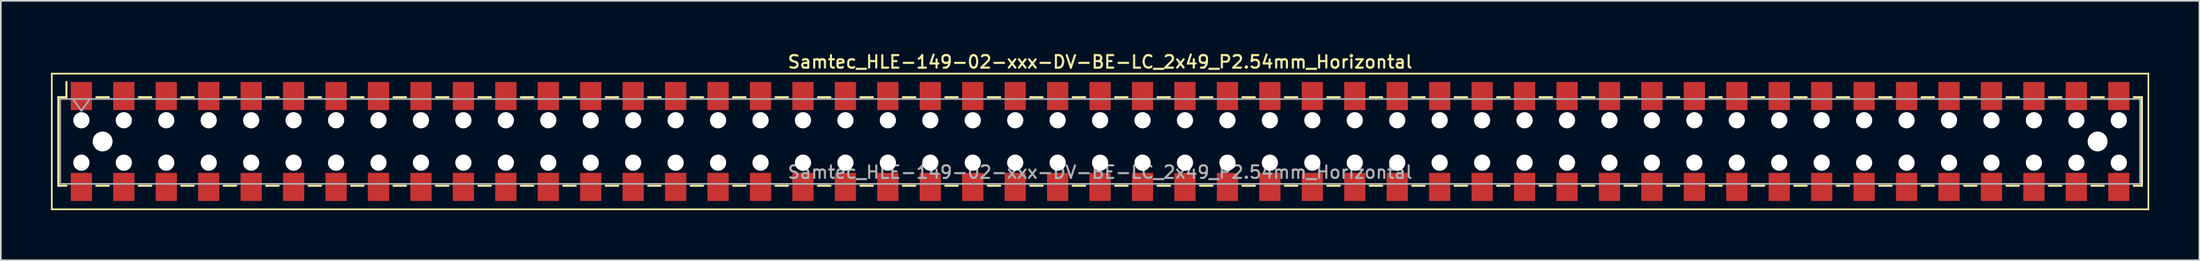
<source format=kicad_pcb>
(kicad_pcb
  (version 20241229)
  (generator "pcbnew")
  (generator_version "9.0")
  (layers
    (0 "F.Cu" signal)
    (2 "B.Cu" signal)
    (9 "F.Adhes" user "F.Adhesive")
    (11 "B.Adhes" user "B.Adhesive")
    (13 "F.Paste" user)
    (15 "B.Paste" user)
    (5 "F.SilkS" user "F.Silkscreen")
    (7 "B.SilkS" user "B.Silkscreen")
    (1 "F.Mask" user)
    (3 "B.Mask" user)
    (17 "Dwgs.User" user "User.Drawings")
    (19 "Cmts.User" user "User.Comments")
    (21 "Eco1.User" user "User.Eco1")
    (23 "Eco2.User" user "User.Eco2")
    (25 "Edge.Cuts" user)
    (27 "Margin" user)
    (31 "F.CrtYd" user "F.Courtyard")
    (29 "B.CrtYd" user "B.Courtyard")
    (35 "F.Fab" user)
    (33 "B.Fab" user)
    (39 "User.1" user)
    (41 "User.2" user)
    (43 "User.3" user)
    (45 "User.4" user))
  (footprint "Samtec_HLE-149-02-xxx-DV-BE-LC_2x49_P2.54mm_Horizontal"
    (layer "F.Cu")
    (at 62.78 5.418)
    (property "Reference" "Samtec_HLE-149-02-xxx-DV-BE-LC_2x49_P2.54mm_Horizontal" (at 0 -4.76 0) (layer "F.SilkS") (effects (font (size 0.75 0.75) (thickness 0.125))))
    (attr smd)
    (fp_line (start -62.73 -4.06) (end 62.73 -4.06) (stroke (width 0.1) (type solid)) (layer "F.SilkS"))
    (fp_line (start -62.73 4.06) (end -62.73 -4.06) (stroke (width 0.1) (type solid)) (layer "F.SilkS"))
    (fp_line (start -62.34 -2.65) (end -62.34 2.65) (stroke (width 0.12) (type solid)) (layer "F.SilkS"))
    (fp_line (start -62.34 2.65) (end -61.855 2.65) (stroke (width 0.12) (type solid)) (layer "F.SilkS"))
    (fp_line (start -61.855 -3.56) (end -61.855 -2.65) (stroke (width 0.12) (type solid)) (layer "F.SilkS"))
    (fp_line (start -61.855 -2.65) (end -62.34 -2.65) (stroke (width 0.12) (type solid)) (layer "F.SilkS"))
    (fp_line (start -60.065 -2.65) (end -59.315 -2.65) (stroke (width 0.12) (type solid)) (layer "F.SilkS"))
    (fp_line (start -60.065 2.65) (end -59.315 2.65) (stroke (width 0.12) (type solid)) (layer "F.SilkS"))
    (fp_line (start -57.525 -2.65) (end -56.775 -2.65) (stroke (width 0.12) (type solid)) (layer "F.SilkS"))
    (fp_line (start -57.525 2.65) (end -56.775 2.65) (stroke (width 0.12) (type solid)) (layer "F.SilkS"))
    (fp_line (start -54.985 -2.65) (end -54.235 -2.65) (stroke (width 0.12) (type solid)) (layer "F.SilkS"))
    (fp_line (start -54.985 2.65) (end -54.235 2.65) (stroke (width 0.12) (type solid)) (layer "F.SilkS"))
    (fp_line (start -52.445 -2.65) (end -51.695 -2.65) (stroke (width 0.12) (type solid)) (layer "F.SilkS"))
    (fp_line (start -52.445 2.65) (end -51.695 2.65) (stroke (width 0.12) (type solid)) (layer "F.SilkS"))
    (fp_line (start -49.905 -2.65) (end -49.155 -2.65) (stroke (width 0.12) (type solid)) (layer "F.SilkS"))
    (fp_line (start -49.905 2.65) (end -49.155 2.65) (stroke (width 0.12) (type solid)) (layer "F.SilkS"))
    (fp_line (start -47.365 -2.65) (end -46.615 -2.65) (stroke (width 0.12) (type solid)) (layer "F.SilkS"))
    (fp_line (start -47.365 2.65) (end -46.615 2.65) (stroke (width 0.12) (type solid)) (layer "F.SilkS"))
    (fp_line (start -44.825 -2.65) (end -44.075 -2.65) (stroke (width 0.12) (type solid)) (layer "F.SilkS"))
    (fp_line (start -44.825 2.65) (end -44.075 2.65) (stroke (width 0.12) (type solid)) (layer "F.SilkS"))
    (fp_line (start -42.285 -2.65) (end -41.535 -2.65) (stroke (width 0.12) (type solid)) (layer "F.SilkS"))
    (fp_line (start -42.285 2.65) (end -41.535 2.65) (stroke (width 0.12) (type solid)) (layer "F.SilkS"))
    (fp_line (start -39.745 -2.65) (end -38.995 -2.65) (stroke (width 0.12) (type solid)) (layer "F.SilkS"))
    (fp_line (start -39.745 2.65) (end -38.995 2.65) (stroke (width 0.12) (type solid)) (layer "F.SilkS"))
    (fp_line (start -37.205 -2.65) (end -36.455 -2.65) (stroke (width 0.12) (type solid)) (layer "F.SilkS"))
    (fp_line (start -37.205 2.65) (end -36.455 2.65) (stroke (width 0.12) (type solid)) (layer "F.SilkS"))
    (fp_line (start -34.665 -2.65) (end -33.915 -2.65) (stroke (width 0.12) (type solid)) (layer "F.SilkS"))
    (fp_line (start -34.665 2.65) (end -33.915 2.65) (stroke (width 0.12) (type solid)) (layer "F.SilkS"))
    (fp_line (start -32.125 -2.65) (end -31.375 -2.65) (stroke (width 0.12) (type solid)) (layer "F.SilkS"))
    (fp_line (start -32.125 2.65) (end -31.375 2.65) (stroke (width 0.12) (type solid)) (layer "F.SilkS"))
    (fp_line (start -29.585 -2.65) (end -28.835 -2.65) (stroke (width 0.12) (type solid)) (layer "F.SilkS"))
    (fp_line (start -29.585 2.65) (end -28.835 2.65) (stroke (width 0.12) (type solid)) (layer "F.SilkS"))
    (fp_line (start -27.045 -2.65) (end -26.295 -2.65) (stroke (width 0.12) (type solid)) (layer "F.SilkS"))
    (fp_line (start -27.045 2.65) (end -26.295 2.65) (stroke (width 0.12) (type solid)) (layer "F.SilkS"))
    (fp_line (start -24.505 -2.65) (end -23.755 -2.65) (stroke (width 0.12) (type solid)) (layer "F.SilkS"))
    (fp_line (start -24.505 2.65) (end -23.755 2.65) (stroke (width 0.12) (type solid)) (layer "F.SilkS"))
    (fp_line (start -21.965 -2.65) (end -21.215 -2.65) (stroke (width 0.12) (type solid)) (layer "F.SilkS"))
    (fp_line (start -21.965 2.65) (end -21.215 2.65) (stroke (width 0.12) (type solid)) (layer "F.SilkS"))
    (fp_line (start -19.425 -2.65) (end -18.675 -2.65) (stroke (width 0.12) (type solid)) (layer "F.SilkS"))
    (fp_line (start -19.425 2.65) (end -18.675 2.65) (stroke (width 0.12) (type solid)) (layer "F.SilkS"))
    (fp_line (start -16.885 -2.65) (end -16.135 -2.65) (stroke (width 0.12) (type solid)) (layer "F.SilkS"))
    (fp_line (start -16.885 2.65) (end -16.135 2.65) (stroke (width 0.12) (type solid)) (layer "F.SilkS"))
    (fp_line (start -14.345 -2.65) (end -13.595 -2.65) (stroke (width 0.12) (type solid)) (layer "F.SilkS"))
    (fp_line (start -14.345 2.65) (end -13.595 2.65) (stroke (width 0.12) (type solid)) (layer "F.SilkS"))
    (fp_line (start -11.805 -2.65) (end -11.055 -2.65) (stroke (width 0.12) (type solid)) (layer "F.SilkS"))
    (fp_line (start -11.805 2.65) (end -11.055 2.65) (stroke (width 0.12) (type solid)) (layer "F.SilkS"))
    (fp_line (start -9.265 -2.65) (end -8.515 -2.65) (stroke (width 0.12) (type solid)) (layer "F.SilkS"))
    (fp_line (start -9.265 2.65) (end -8.515 2.65) (stroke (width 0.12) (type solid)) (layer "F.SilkS"))
    (fp_line (start -6.725 -2.65) (end -5.975 -2.65) (stroke (width 0.12) (type solid)) (layer "F.SilkS"))
    (fp_line (start -6.725 2.65) (end -5.975 2.65) (stroke (width 0.12) (type solid)) (layer "F.SilkS"))
    (fp_line (start -4.185 -2.65) (end -3.435 -2.65) (stroke (width 0.12) (type solid)) (layer "F.SilkS"))
    (fp_line (start -4.185 2.65) (end -3.435 2.65) (stroke (width 0.12) (type solid)) (layer "F.SilkS"))
    (fp_line (start -1.645 -2.65) (end -0.895 -2.65) (stroke (width 0.12) (type solid)) (layer "F.SilkS"))
    (fp_line (start -1.645 2.65) (end -0.895 2.65) (stroke (width 0.12) (type solid)) (layer "F.SilkS"))
    (fp_line (start 0.895 -2.65) (end 1.645 -2.65) (stroke (width 0.12) (type solid)) (layer "F.SilkS"))
    (fp_line (start 0.895 2.65) (end 1.645 2.65) (stroke (width 0.12) (type solid)) (layer "F.SilkS"))
    (fp_line (start 3.435 -2.65) (end 4.185 -2.65) (stroke (width 0.12) (type solid)) (layer "F.SilkS"))
    (fp_line (start 3.435 2.65) (end 4.185 2.65) (stroke (width 0.12) (type solid)) (layer "F.SilkS"))
    (fp_line (start 5.975 -2.65) (end 6.725 -2.65) (stroke (width 0.12) (type solid)) (layer "F.SilkS"))
    (fp_line (start 5.975 2.65) (end 6.725 2.65) (stroke (width 0.12) (type solid)) (layer "F.SilkS"))
    (fp_line (start 8.515 -2.65) (end 9.265 -2.65) (stroke (width 0.12) (type solid)) (layer "F.SilkS"))
    (fp_line (start 8.515 2.65) (end 9.265 2.65) (stroke (width 0.12) (type solid)) (layer "F.SilkS"))
    (fp_line (start 11.055 -2.65) (end 11.805 -2.65) (stroke (width 0.12) (type solid)) (layer "F.SilkS"))
    (fp_line (start 11.055 2.65) (end 11.805 2.65) (stroke (width 0.12) (type solid)) (layer "F.SilkS"))
    (fp_line (start 13.595 -2.65) (end 14.345 -2.65) (stroke (width 0.12) (type solid)) (layer "F.SilkS"))
    (fp_line (start 13.595 2.65) (end 14.345 2.65) (stroke (width 0.12) (type solid)) (layer "F.SilkS"))
    (fp_line (start 16.135 -2.65) (end 16.885 -2.65) (stroke (width 0.12) (type solid)) (layer "F.SilkS"))
    (fp_line (start 16.135 2.65) (end 16.885 2.65) (stroke (width 0.12) (type solid)) (layer "F.SilkS"))
    (fp_line (start 18.675 -2.65) (end 19.425 -2.65) (stroke (width 0.12) (type solid)) (layer "F.SilkS"))
    (fp_line (start 18.675 2.65) (end 19.425 2.65) (stroke (width 0.12) (type solid)) (layer "F.SilkS"))
    (fp_line (start 21.215 -2.65) (end 21.965 -2.65) (stroke (width 0.12) (type solid)) (layer "F.SilkS"))
    (fp_line (start 21.215 2.65) (end 21.965 2.65) (stroke (width 0.12) (type solid)) (layer "F.SilkS"))
    (fp_line (start 23.755 -2.65) (end 24.505 -2.65) (stroke (width 0.12) (type solid)) (layer "F.SilkS"))
    (fp_line (start 23.755 2.65) (end 24.505 2.65) (stroke (width 0.12) (type solid)) (layer "F.SilkS"))
    (fp_line (start 26.295 -2.65) (end 27.045 -2.65) (stroke (width 0.12) (type solid)) (layer "F.SilkS"))
    (fp_line (start 26.295 2.65) (end 27.045 2.65) (stroke (width 0.12) (type solid)) (layer "F.SilkS"))
    (fp_line (start 28.835 -2.65) (end 29.585 -2.65) (stroke (width 0.12) (type solid)) (layer "F.SilkS"))
    (fp_line (start 28.835 2.65) (end 29.585 2.65) (stroke (width 0.12) (type solid)) (layer "F.SilkS"))
    (fp_line (start 31.375 -2.65) (end 32.125 -2.65) (stroke (width 0.12) (type solid)) (layer "F.SilkS"))
    (fp_line (start 31.375 2.65) (end 32.125 2.65) (stroke (width 0.12) (type solid)) (layer "F.SilkS"))
    (fp_line (start 33.915 -2.65) (end 34.665 -2.65) (stroke (width 0.12) (type solid)) (layer "F.SilkS"))
    (fp_line (start 33.915 2.65) (end 34.665 2.65) (stroke (width 0.12) (type solid)) (layer "F.SilkS"))
    (fp_line (start 36.455 -2.65) (end 37.205 -2.65) (stroke (width 0.12) (type solid)) (layer "F.SilkS"))
    (fp_line (start 36.455 2.65) (end 37.205 2.65) (stroke (width 0.12) (type solid)) (layer "F.SilkS"))
    (fp_line (start 38.995 -2.65) (end 39.745 -2.65) (stroke (width 0.12) (type solid)) (layer "F.SilkS"))
    (fp_line (start 38.995 2.65) (end 39.745 2.65) (stroke (width 0.12) (type solid)) (layer "F.SilkS"))
    (fp_line (start 41.535 -2.65) (end 42.285 -2.65) (stroke (width 0.12) (type solid)) (layer "F.SilkS"))
    (fp_line (start 41.535 2.65) (end 42.285 2.65) (stroke (width 0.12) (type solid)) (layer "F.SilkS"))
    (fp_line (start 44.075 -2.65) (end 44.825 -2.65) (stroke (width 0.12) (type solid)) (layer "F.SilkS"))
    (fp_line (start 44.075 2.65) (end 44.825 2.65) (stroke (width 0.12) (type solid)) (layer "F.SilkS"))
    (fp_line (start 46.615 -2.65) (end 47.365 -2.65) (stroke (width 0.12) (type solid)) (layer "F.SilkS"))
    (fp_line (start 46.615 2.65) (end 47.365 2.65) (stroke (width 0.12) (type solid)) (layer "F.SilkS"))
    (fp_line (start 49.155 -2.65) (end 49.905 -2.65) (stroke (width 0.12) (type solid)) (layer "F.SilkS"))
    (fp_line (start 49.155 2.65) (end 49.905 2.65) (stroke (width 0.12) (type solid)) (layer "F.SilkS"))
    (fp_line (start 51.695 -2.65) (end 52.445 -2.65) (stroke (width 0.12) (type solid)) (layer "F.SilkS"))
    (fp_line (start 51.695 2.65) (end 52.445 2.65) (stroke (width 0.12) (type solid)) (layer "F.SilkS"))
    (fp_line (start 54.235 -2.65) (end 54.985 -2.65) (stroke (width 0.12) (type solid)) (layer "F.SilkS"))
    (fp_line (start 54.235 2.65) (end 54.985 2.65) (stroke (width 0.12) (type solid)) (layer "F.SilkS"))
    (fp_line (start 56.775 -2.65) (end 57.525 -2.65) (stroke (width 0.12) (type solid)) (layer "F.SilkS"))
    (fp_line (start 56.775 2.65) (end 57.525 2.65) (stroke (width 0.12) (type solid)) (layer "F.SilkS"))
    (fp_line (start 59.315 -2.65) (end 60.065 -2.65) (stroke (width 0.12) (type solid)) (layer "F.SilkS"))
    (fp_line (start 59.315 2.65) (end 60.065 2.65) (stroke (width 0.12) (type solid)) (layer "F.SilkS"))
    (fp_line (start 61.855 -2.65) (end 62.34 -2.65) (stroke (width 0.12) (type solid)) (layer "F.SilkS"))
    (fp_line (start 62.34 -2.65) (end 62.34 2.65) (stroke (width 0.12) (type solid)) (layer "F.SilkS"))
    (fp_line (start 62.34 2.65) (end 61.855 2.65) (stroke (width 0.12) (type solid)) (layer "F.SilkS"))
    (fp_line (start 62.73 -4.06) (end 62.73 4.06) (stroke (width 0.1) (type solid)) (layer "F.SilkS"))
    (fp_line (start 62.73 4.06) (end -62.73 4.06) (stroke (width 0.1) (type solid)) (layer "F.SilkS"))
    (fp_line (start -62.23 -2.54) (end 62.23 -2.54) (stroke (width 0.1) (type solid)) (layer "F.Fab"))
    (fp_line (start -62.23 2.54) (end -62.23 -2.54) (stroke (width 0.1) (type solid)) (layer "F.Fab"))
    (fp_line (start -61.46 -2.54) (end -60.96 -1.833) (stroke (width 0.1) (type solid)) (layer "F.Fab"))
    (fp_line (start -60.96 -1.833) (end -60.46 -2.54) (stroke (width 0.1) (type solid)) (layer "F.Fab"))
    (fp_line (start 62.23 -2.54) (end 62.23 2.54) (stroke (width 0.1) (type solid)) (layer "F.Fab"))
    (fp_line (start 62.23 2.54) (end -62.23 2.54) (stroke (width 0.1) (type solid)) (layer "F.Fab"))
    (fp_text user "${REFERENCE}" (at 0 1.84 0) (layer "F.Fab") (effects (font (size 0.75 0.75) (thickness 0.125))))
    (pad "" np_thru_hole circle (at -60.96 -1.27) (size 0.97 0.97) (drill 0.97) (layers "*.Cu" "*.Mask"))
    (pad "" np_thru_hole circle (at -60.96 1.27) (size 0.97 0.97) (drill 0.97) (layers "*.Cu" "*.Mask"))
    (pad "" np_thru_hole circle (at -59.69 0) (size 1.19 1.19) (drill 1.19) (layers "*.Cu" "*.Mask"))
    (pad "" np_thru_hole circle (at -58.42 -1.27) (size 0.97 0.97) (drill 0.97) (layers "*.Cu" "*.Mask"))
    (pad "" np_thru_hole circle (at -58.42 1.27) (size 0.97 0.97) (drill 0.97) (layers "*.Cu" "*.Mask"))
    (pad "" np_thru_hole circle (at -55.88 -1.27) (size 0.97 0.97) (drill 0.97) (layers "*.Cu" "*.Mask"))
    (pad "" np_thru_hole circle (at -55.88 1.27) (size 0.97 0.97) (drill 0.97) (layers "*.Cu" "*.Mask"))
    (pad "" np_thru_hole circle (at -53.34 -1.27) (size 0.97 0.97) (drill 0.97) (layers "*.Cu" "*.Mask"))
    (pad "" np_thru_hole circle (at -53.34 1.27) (size 0.97 0.97) (drill 0.97) (layers "*.Cu" "*.Mask"))
    (pad "" np_thru_hole circle (at -50.8 -1.27) (size 0.97 0.97) (drill 0.97) (layers "*.Cu" "*.Mask"))
    (pad "" np_thru_hole circle (at -50.8 1.27) (size 0.97 0.97) (drill 0.97) (layers "*.Cu" "*.Mask"))
    (pad "" np_thru_hole circle (at -48.26 -1.27) (size 0.97 0.97) (drill 0.97) (layers "*.Cu" "*.Mask"))
    (pad "" np_thru_hole circle (at -48.26 1.27) (size 0.97 0.97) (drill 0.97) (layers "*.Cu" "*.Mask"))
    (pad "" np_thru_hole circle (at -45.72 -1.27) (size 0.97 0.97) (drill 0.97) (layers "*.Cu" "*.Mask"))
    (pad "" np_thru_hole circle (at -45.72 1.27) (size 0.97 0.97) (drill 0.97) (layers "*.Cu" "*.Mask"))
    (pad "" np_thru_hole circle (at -43.18 -1.27) (size 0.97 0.97) (drill 0.97) (layers "*.Cu" "*.Mask"))
    (pad "" np_thru_hole circle (at -43.18 1.27) (size 0.97 0.97) (drill 0.97) (layers "*.Cu" "*.Mask"))
    (pad "" np_thru_hole circle (at -40.64 -1.27) (size 0.97 0.97) (drill 0.97) (layers "*.Cu" "*.Mask"))
    (pad "" np_thru_hole circle (at -40.64 1.27) (size 0.97 0.97) (drill 0.97) (layers "*.Cu" "*.Mask"))
    (pad "" np_thru_hole circle (at -38.1 -1.27) (size 0.97 0.97) (drill 0.97) (layers "*.Cu" "*.Mask"))
    (pad "" np_thru_hole circle (at -38.1 1.27) (size 0.97 0.97) (drill 0.97) (layers "*.Cu" "*.Mask"))
    (pad "" np_thru_hole circle (at -35.56 -1.27) (size 0.97 0.97) (drill 0.97) (layers "*.Cu" "*.Mask"))
    (pad "" np_thru_hole circle (at -35.56 1.27) (size 0.97 0.97) (drill 0.97) (layers "*.Cu" "*.Mask"))
    (pad "" np_thru_hole circle (at -33.02 -1.27) (size 0.97 0.97) (drill 0.97) (layers "*.Cu" "*.Mask"))
    (pad "" np_thru_hole circle (at -33.02 1.27) (size 0.97 0.97) (drill 0.97) (layers "*.Cu" "*.Mask"))
    (pad "" np_thru_hole circle (at -30.48 -1.27) (size 0.97 0.97) (drill 0.97) (layers "*.Cu" "*.Mask"))
    (pad "" np_thru_hole circle (at -30.48 1.27) (size 0.97 0.97) (drill 0.97) (layers "*.Cu" "*.Mask"))
    (pad "" np_thru_hole circle (at -27.94 -1.27) (size 0.97 0.97) (drill 0.97) (layers "*.Cu" "*.Mask"))
    (pad "" np_thru_hole circle (at -27.94 1.27) (size 0.97 0.97) (drill 0.97) (layers "*.Cu" "*.Mask"))
    (pad "" np_thru_hole circle (at -25.4 -1.27) (size 0.97 0.97) (drill 0.97) (layers "*.Cu" "*.Mask"))
    (pad "" np_thru_hole circle (at -25.4 1.27) (size 0.97 0.97) (drill 0.97) (layers "*.Cu" "*.Mask"))
    (pad "" np_thru_hole circle (at -22.86 -1.27) (size 0.97 0.97) (drill 0.97) (layers "*.Cu" "*.Mask"))
    (pad "" np_thru_hole circle (at -22.86 1.27) (size 0.97 0.97) (drill 0.97) (layers "*.Cu" "*.Mask"))
    (pad "" np_thru_hole circle (at -20.32 -1.27) (size 0.97 0.97) (drill 0.97) (layers "*.Cu" "*.Mask"))
    (pad "" np_thru_hole circle (at -20.32 1.27) (size 0.97 0.97) (drill 0.97) (layers "*.Cu" "*.Mask"))
    (pad "" np_thru_hole circle (at -17.78 -1.27) (size 0.97 0.97) (drill 0.97) (layers "*.Cu" "*.Mask"))
    (pad "" np_thru_hole circle (at -17.78 1.27) (size 0.97 0.97) (drill 0.97) (layers "*.Cu" "*.Mask"))
    (pad "" np_thru_hole circle (at -15.24 -1.27) (size 0.97 0.97) (drill 0.97) (layers "*.Cu" "*.Mask"))
    (pad "" np_thru_hole circle (at -15.24 1.27) (size 0.97 0.97) (drill 0.97) (layers "*.Cu" "*.Mask"))
    (pad "" np_thru_hole circle (at -12.7 -1.27) (size 0.97 0.97) (drill 0.97) (layers "*.Cu" "*.Mask"))
    (pad "" np_thru_hole circle (at -12.7 1.27) (size 0.97 0.97) (drill 0.97) (layers "*.Cu" "*.Mask"))
    (pad "" np_thru_hole circle (at -10.16 -1.27) (size 0.97 0.97) (drill 0.97) (layers "*.Cu" "*.Mask"))
    (pad "" np_thru_hole circle (at -10.16 1.27) (size 0.97 0.97) (drill 0.97) (layers "*.Cu" "*.Mask"))
    (pad "" np_thru_hole circle (at -7.62 -1.27) (size 0.97 0.97) (drill 0.97) (layers "*.Cu" "*.Mask"))
    (pad "" np_thru_hole circle (at -7.62 1.27) (size 0.97 0.97) (drill 0.97) (layers "*.Cu" "*.Mask"))
    (pad "" np_thru_hole circle (at -5.08 -1.27) (size 0.97 0.97) (drill 0.97) (layers "*.Cu" "*.Mask"))
    (pad "" np_thru_hole circle (at -5.08 1.27) (size 0.97 0.97) (drill 0.97) (layers "*.Cu" "*.Mask"))
    (pad "" np_thru_hole circle (at -2.54 -1.27) (size 0.97 0.97) (drill 0.97) (layers "*.Cu" "*.Mask"))
    (pad "" np_thru_hole circle (at -2.54 1.27) (size 0.97 0.97) (drill 0.97) (layers "*.Cu" "*.Mask"))
    (pad "" np_thru_hole circle (at 0 -1.27) (size 0.97 0.97) (drill 0.97) (layers "*.Cu" "*.Mask"))
    (pad "" np_thru_hole circle (at 0 1.27) (size 0.97 0.97) (drill 0.97) (layers "*.Cu" "*.Mask"))
    (pad "" np_thru_hole circle (at 2.54 -1.27) (size 0.97 0.97) (drill 0.97) (layers "*.Cu" "*.Mask"))
    (pad "" np_thru_hole circle (at 2.54 1.27) (size 0.97 0.97) (drill 0.97) (layers "*.Cu" "*.Mask"))
    (pad "" np_thru_hole circle (at 5.08 -1.27) (size 0.97 0.97) (drill 0.97) (layers "*.Cu" "*.Mask"))
    (pad "" np_thru_hole circle (at 5.08 1.27) (size 0.97 0.97) (drill 0.97) (layers "*.Cu" "*.Mask"))
    (pad "" np_thru_hole circle (at 7.62 -1.27) (size 0.97 0.97) (drill 0.97) (layers "*.Cu" "*.Mask"))
    (pad "" np_thru_hole circle (at 7.62 1.27) (size 0.97 0.97) (drill 0.97) (layers "*.Cu" "*.Mask"))
    (pad "" np_thru_hole circle (at 10.16 -1.27) (size 0.97 0.97) (drill 0.97) (layers "*.Cu" "*.Mask"))
    (pad "" np_thru_hole circle (at 10.16 1.27) (size 0.97 0.97) (drill 0.97) (layers "*.Cu" "*.Mask"))
    (pad "" np_thru_hole circle (at 12.7 -1.27) (size 0.97 0.97) (drill 0.97) (layers "*.Cu" "*.Mask"))
    (pad "" np_thru_hole circle (at 12.7 1.27) (size 0.97 0.97) (drill 0.97) (layers "*.Cu" "*.Mask"))
    (pad "" np_thru_hole circle (at 15.24 -1.27) (size 0.97 0.97) (drill 0.97) (layers "*.Cu" "*.Mask"))
    (pad "" np_thru_hole circle (at 15.24 1.27) (size 0.97 0.97) (drill 0.97) (layers "*.Cu" "*.Mask"))
    (pad "" np_thru_hole circle (at 17.78 -1.27) (size 0.97 0.97) (drill 0.97) (layers "*.Cu" "*.Mask"))
    (pad "" np_thru_hole circle (at 17.78 1.27) (size 0.97 0.97) (drill 0.97) (layers "*.Cu" "*.Mask"))
    (pad "" np_thru_hole circle (at 20.32 -1.27) (size 0.97 0.97) (drill 0.97) (layers "*.Cu" "*.Mask"))
    (pad "" np_thru_hole circle (at 20.32 1.27) (size 0.97 0.97) (drill 0.97) (layers "*.Cu" "*.Mask"))
    (pad "" np_thru_hole circle (at 22.86 -1.27) (size 0.97 0.97) (drill 0.97) (layers "*.Cu" "*.Mask"))
    (pad "" np_thru_hole circle (at 22.86 1.27) (size 0.97 0.97) (drill 0.97) (layers "*.Cu" "*.Mask"))
    (pad "" np_thru_hole circle (at 25.4 -1.27) (size 0.97 0.97) (drill 0.97) (layers "*.Cu" "*.Mask"))
    (pad "" np_thru_hole circle (at 25.4 1.27) (size 0.97 0.97) (drill 0.97) (layers "*.Cu" "*.Mask"))
    (pad "" np_thru_hole circle (at 27.94 -1.27) (size 0.97 0.97) (drill 0.97) (layers "*.Cu" "*.Mask"))
    (pad "" np_thru_hole circle (at 27.94 1.27) (size 0.97 0.97) (drill 0.97) (layers "*.Cu" "*.Mask"))
    (pad "" np_thru_hole circle (at 30.48 -1.27) (size 0.97 0.97) (drill 0.97) (layers "*.Cu" "*.Mask"))
    (pad "" np_thru_hole circle (at 30.48 1.27) (size 0.97 0.97) (drill 0.97) (layers "*.Cu" "*.Mask"))
    (pad "" np_thru_hole circle (at 33.02 -1.27) (size 0.97 0.97) (drill 0.97) (layers "*.Cu" "*.Mask"))
    (pad "" np_thru_hole circle (at 33.02 1.27) (size 0.97 0.97) (drill 0.97) (layers "*.Cu" "*.Mask"))
    (pad "" np_thru_hole circle (at 35.56 -1.27) (size 0.97 0.97) (drill 0.97) (layers "*.Cu" "*.Mask"))
    (pad "" np_thru_hole circle (at 35.56 1.27) (size 0.97 0.97) (drill 0.97) (layers "*.Cu" "*.Mask"))
    (pad "" np_thru_hole circle (at 38.1 -1.27) (size 0.97 0.97) (drill 0.97) (layers "*.Cu" "*.Mask"))
    (pad "" np_thru_hole circle (at 38.1 1.27) (size 0.97 0.97) (drill 0.97) (layers "*.Cu" "*.Mask"))
    (pad "" np_thru_hole circle (at 40.64 -1.27) (size 0.97 0.97) (drill 0.97) (layers "*.Cu" "*.Mask"))
    (pad "" np_thru_hole circle (at 40.64 1.27) (size 0.97 0.97) (drill 0.97) (layers "*.Cu" "*.Mask"))
    (pad "" np_thru_hole circle (at 43.18 -1.27) (size 0.97 0.97) (drill 0.97) (layers "*.Cu" "*.Mask"))
    (pad "" np_thru_hole circle (at 43.18 1.27) (size 0.97 0.97) (drill 0.97) (layers "*.Cu" "*.Mask"))
    (pad "" np_thru_hole circle (at 45.72 -1.27) (size 0.97 0.97) (drill 0.97) (layers "*.Cu" "*.Mask"))
    (pad "" np_thru_hole circle (at 45.72 1.27) (size 0.97 0.97) (drill 0.97) (layers "*.Cu" "*.Mask"))
    (pad "" np_thru_hole circle (at 48.26 -1.27) (size 0.97 0.97) (drill 0.97) (layers "*.Cu" "*.Mask"))
    (pad "" np_thru_hole circle (at 48.26 1.27) (size 0.97 0.97) (drill 0.97) (layers "*.Cu" "*.Mask"))
    (pad "" np_thru_hole circle (at 50.8 -1.27) (size 0.97 0.97) (drill 0.97) (layers "*.Cu" "*.Mask"))
    (pad "" np_thru_hole circle (at 50.8 1.27) (size 0.97 0.97) (drill 0.97) (layers "*.Cu" "*.Mask"))
    (pad "" np_thru_hole circle (at 53.34 -1.27) (size 0.97 0.97) (drill 0.97) (layers "*.Cu" "*.Mask"))
    (pad "" np_thru_hole circle (at 53.34 1.27) (size 0.97 0.97) (drill 0.97) (layers "*.Cu" "*.Mask"))
    (pad "" np_thru_hole circle (at 55.88 -1.27) (size 0.97 0.97) (drill 0.97) (layers "*.Cu" "*.Mask"))
    (pad "" np_thru_hole circle (at 55.88 1.27) (size 0.97 0.97) (drill 0.97) (layers "*.Cu" "*.Mask"))
    (pad "" np_thru_hole circle (at 58.42 -1.27) (size 0.97 0.97) (drill 0.97) (layers "*.Cu" "*.Mask"))
    (pad "" np_thru_hole circle (at 58.42 1.27) (size 0.97 0.97) (drill 0.97) (layers "*.Cu" "*.Mask"))
    (pad "" np_thru_hole circle (at 59.69 0) (size 1.19 1.19) (drill 1.19) (layers "*.Cu" "*.Mask"))
    (pad "" np_thru_hole circle (at 60.96 -1.27) (size 0.97 0.97) (drill 0.97) (layers "*.Cu" "*.Mask"))
    (pad "" np_thru_hole circle (at 60.96 1.27) (size 0.97 0.97) (drill 0.97) (layers "*.Cu" "*.Mask"))
    (pad "1" smd rect (at -60.96 -2.72) (size 1.27 1.68) (layers "F.Cu" "F.Mask" "F.Paste"))
    (pad "2" smd rect (at -60.96 2.72) (size 1.27 1.68) (layers "F.Cu" "F.Mask" "F.Paste"))
    (pad "3" smd rect (at -58.42 -2.72) (size 1.27 1.68) (layers "F.Cu" "F.Mask" "F.Paste"))
    (pad "4" smd rect (at -58.42 2.72) (size 1.27 1.68) (layers "F.Cu" "F.Mask" "F.Paste"))
    (pad "5" smd rect (at -55.88 -2.72) (size 1.27 1.68) (layers "F.Cu" "F.Mask" "F.Paste"))
    (pad "6" smd rect (at -55.88 2.72) (size 1.27 1.68) (layers "F.Cu" "F.Mask" "F.Paste"))
    (pad "7" smd rect (at -53.34 -2.72) (size 1.27 1.68) (layers "F.Cu" "F.Mask" "F.Paste"))
    (pad "8" smd rect (at -53.34 2.72) (size 1.27 1.68) (layers "F.Cu" "F.Mask" "F.Paste"))
    (pad "9" smd rect (at -50.8 -2.72) (size 1.27 1.68) (layers "F.Cu" "F.Mask" "F.Paste"))
    (pad "10" smd rect (at -50.8 2.72) (size 1.27 1.68) (layers "F.Cu" "F.Mask" "F.Paste"))
    (pad "11" smd rect (at -48.26 -2.72) (size 1.27 1.68) (layers "F.Cu" "F.Mask" "F.Paste"))
    (pad "12" smd rect (at -48.26 2.72) (size 1.27 1.68) (layers "F.Cu" "F.Mask" "F.Paste"))
    (pad "13" smd rect (at -45.72 -2.72) (size 1.27 1.68) (layers "F.Cu" "F.Mask" "F.Paste"))
    (pad "14" smd rect (at -45.72 2.72) (size 1.27 1.68) (layers "F.Cu" "F.Mask" "F.Paste"))
    (pad "15" smd rect (at -43.18 -2.72) (size 1.27 1.68) (layers "F.Cu" "F.Mask" "F.Paste"))
    (pad "16" smd rect (at -43.18 2.72) (size 1.27 1.68) (layers "F.Cu" "F.Mask" "F.Paste"))
    (pad "17" smd rect (at -40.64 -2.72) (size 1.27 1.68) (layers "F.Cu" "F.Mask" "F.Paste"))
    (pad "18" smd rect (at -40.64 2.72) (size 1.27 1.68) (layers "F.Cu" "F.Mask" "F.Paste"))
    (pad "19" smd rect (at -38.1 -2.72) (size 1.27 1.68) (layers "F.Cu" "F.Mask" "F.Paste"))
    (pad "20" smd rect (at -38.1 2.72) (size 1.27 1.68) (layers "F.Cu" "F.Mask" "F.Paste"))
    (pad "21" smd rect (at -35.56 -2.72) (size 1.27 1.68) (layers "F.Cu" "F.Mask" "F.Paste"))
    (pad "22" smd rect (at -35.56 2.72) (size 1.27 1.68) (layers "F.Cu" "F.Mask" "F.Paste"))
    (pad "23" smd rect (at -33.02 -2.72) (size 1.27 1.68) (layers "F.Cu" "F.Mask" "F.Paste"))
    (pad "24" smd rect (at -33.02 2.72) (size 1.27 1.68) (layers "F.Cu" "F.Mask" "F.Paste"))
    (pad "25" smd rect (at -30.48 -2.72) (size 1.27 1.68) (layers "F.Cu" "F.Mask" "F.Paste"))
    (pad "26" smd rect (at -30.48 2.72) (size 1.27 1.68) (layers "F.Cu" "F.Mask" "F.Paste"))
    (pad "27" smd rect (at -27.94 -2.72) (size 1.27 1.68) (layers "F.Cu" "F.Mask" "F.Paste"))
    (pad "28" smd rect (at -27.94 2.72) (size 1.27 1.68) (layers "F.Cu" "F.Mask" "F.Paste"))
    (pad "29" smd rect (at -25.4 -2.72) (size 1.27 1.68) (layers "F.Cu" "F.Mask" "F.Paste"))
    (pad "30" smd rect (at -25.4 2.72) (size 1.27 1.68) (layers "F.Cu" "F.Mask" "F.Paste"))
    (pad "31" smd rect (at -22.86 -2.72) (size 1.27 1.68) (layers "F.Cu" "F.Mask" "F.Paste"))
    (pad "32" smd rect (at -22.86 2.72) (size 1.27 1.68) (layers "F.Cu" "F.Mask" "F.Paste"))
    (pad "33" smd rect (at -20.32 -2.72) (size 1.27 1.68) (layers "F.Cu" "F.Mask" "F.Paste"))
    (pad "34" smd rect (at -20.32 2.72) (size 1.27 1.68) (layers "F.Cu" "F.Mask" "F.Paste"))
    (pad "35" smd rect (at -17.78 -2.72) (size 1.27 1.68) (layers "F.Cu" "F.Mask" "F.Paste"))
    (pad "36" smd rect (at -17.78 2.72) (size 1.27 1.68) (layers "F.Cu" "F.Mask" "F.Paste"))
    (pad "37" smd rect (at -15.24 -2.72) (size 1.27 1.68) (layers "F.Cu" "F.Mask" "F.Paste"))
    (pad "38" smd rect (at -15.24 2.72) (size 1.27 1.68) (layers "F.Cu" "F.Mask" "F.Paste"))
    (pad "39" smd rect (at -12.7 -2.72) (size 1.27 1.68) (layers "F.Cu" "F.Mask" "F.Paste"))
    (pad "40" smd rect (at -12.7 2.72) (size 1.27 1.68) (layers "F.Cu" "F.Mask" "F.Paste"))
    (pad "41" smd rect (at -10.16 -2.72) (size 1.27 1.68) (layers "F.Cu" "F.Mask" "F.Paste"))
    (pad "42" smd rect (at -10.16 2.72) (size 1.27 1.68) (layers "F.Cu" "F.Mask" "F.Paste"))
    (pad "43" smd rect (at -7.62 -2.72) (size 1.27 1.68) (layers "F.Cu" "F.Mask" "F.Paste"))
    (pad "44" smd rect (at -7.62 2.72) (size 1.27 1.68) (layers "F.Cu" "F.Mask" "F.Paste"))
    (pad "45" smd rect (at -5.08 -2.72) (size 1.27 1.68) (layers "F.Cu" "F.Mask" "F.Paste"))
    (pad "46" smd rect (at -5.08 2.72) (size 1.27 1.68) (layers "F.Cu" "F.Mask" "F.Paste"))
    (pad "47" smd rect (at -2.54 -2.72) (size 1.27 1.68) (layers "F.Cu" "F.Mask" "F.Paste"))
    (pad "48" smd rect (at -2.54 2.72) (size 1.27 1.68) (layers "F.Cu" "F.Mask" "F.Paste"))
    (pad "49" smd rect (at 0 -2.72) (size 1.27 1.68) (layers "F.Cu" "F.Mask" "F.Paste"))
    (pad "50" smd rect (at 0 2.72) (size 1.27 1.68) (layers "F.Cu" "F.Mask" "F.Paste"))
    (pad "51" smd rect (at 2.54 -2.72) (size 1.27 1.68) (layers "F.Cu" "F.Mask" "F.Paste"))
    (pad "52" smd rect (at 2.54 2.72) (size 1.27 1.68) (layers "F.Cu" "F.Mask" "F.Paste"))
    (pad "53" smd rect (at 5.08 -2.72) (size 1.27 1.68) (layers "F.Cu" "F.Mask" "F.Paste"))
    (pad "54" smd rect (at 5.08 2.72) (size 1.27 1.68) (layers "F.Cu" "F.Mask" "F.Paste"))
    (pad "55" smd rect (at 7.62 -2.72) (size 1.27 1.68) (layers "F.Cu" "F.Mask" "F.Paste"))
    (pad "56" smd rect (at 7.62 2.72) (size 1.27 1.68) (layers "F.Cu" "F.Mask" "F.Paste"))
    (pad "57" smd rect (at 10.16 -2.72) (size 1.27 1.68) (layers "F.Cu" "F.Mask" "F.Paste"))
    (pad "58" smd rect (at 10.16 2.72) (size 1.27 1.68) (layers "F.Cu" "F.Mask" "F.Paste"))
    (pad "59" smd rect (at 12.7 -2.72) (size 1.27 1.68) (layers "F.Cu" "F.Mask" "F.Paste"))
    (pad "60" smd rect (at 12.7 2.72) (size 1.27 1.68) (layers "F.Cu" "F.Mask" "F.Paste"))
    (pad "61" smd rect (at 15.24 -2.72) (size 1.27 1.68) (layers "F.Cu" "F.Mask" "F.Paste"))
    (pad "62" smd rect (at 15.24 2.72) (size 1.27 1.68) (layers "F.Cu" "F.Mask" "F.Paste"))
    (pad "63" smd rect (at 17.78 -2.72) (size 1.27 1.68) (layers "F.Cu" "F.Mask" "F.Paste"))
    (pad "64" smd rect (at 17.78 2.72) (size 1.27 1.68) (layers "F.Cu" "F.Mask" "F.Paste"))
    (pad "65" smd rect (at 20.32 -2.72) (size 1.27 1.68) (layers "F.Cu" "F.Mask" "F.Paste"))
    (pad "66" smd rect (at 20.32 2.72) (size 1.27 1.68) (layers "F.Cu" "F.Mask" "F.Paste"))
    (pad "67" smd rect (at 22.86 -2.72) (size 1.27 1.68) (layers "F.Cu" "F.Mask" "F.Paste"))
    (pad "68" smd rect (at 22.86 2.72) (size 1.27 1.68) (layers "F.Cu" "F.Mask" "F.Paste"))
    (pad "69" smd rect (at 25.4 -2.72) (size 1.27 1.68) (layers "F.Cu" "F.Mask" "F.Paste"))
    (pad "70" smd rect (at 25.4 2.72) (size 1.27 1.68) (layers "F.Cu" "F.Mask" "F.Paste"))
    (pad "71" smd rect (at 27.94 -2.72) (size 1.27 1.68) (layers "F.Cu" "F.Mask" "F.Paste"))
    (pad "72" smd rect (at 27.94 2.72) (size 1.27 1.68) (layers "F.Cu" "F.Mask" "F.Paste"))
    (pad "73" smd rect (at 30.48 -2.72) (size 1.27 1.68) (layers "F.Cu" "F.Mask" "F.Paste"))
    (pad "74" smd rect (at 30.48 2.72) (size 1.27 1.68) (layers "F.Cu" "F.Mask" "F.Paste"))
    (pad "75" smd rect (at 33.02 -2.72) (size 1.27 1.68) (layers "F.Cu" "F.Mask" "F.Paste"))
    (pad "76" smd rect (at 33.02 2.72) (size 1.27 1.68) (layers "F.Cu" "F.Mask" "F.Paste"))
    (pad "77" smd rect (at 35.56 -2.72) (size 1.27 1.68) (layers "F.Cu" "F.Mask" "F.Paste"))
    (pad "78" smd rect (at 35.56 2.72) (size 1.27 1.68) (layers "F.Cu" "F.Mask" "F.Paste"))
    (pad "79" smd rect (at 38.1 -2.72) (size 1.27 1.68) (layers "F.Cu" "F.Mask" "F.Paste"))
    (pad "80" smd rect (at 38.1 2.72) (size 1.27 1.68) (layers "F.Cu" "F.Mask" "F.Paste"))
    (pad "81" smd rect (at 40.64 -2.72) (size 1.27 1.68) (layers "F.Cu" "F.Mask" "F.Paste"))
    (pad "82" smd rect (at 40.64 2.72) (size 1.27 1.68) (layers "F.Cu" "F.Mask" "F.Paste"))
    (pad "83" smd rect (at 43.18 -2.72) (size 1.27 1.68) (layers "F.Cu" "F.Mask" "F.Paste"))
    (pad "84" smd rect (at 43.18 2.72) (size 1.27 1.68) (layers "F.Cu" "F.Mask" "F.Paste"))
    (pad "85" smd rect (at 45.72 -2.72) (size 1.27 1.68) (layers "F.Cu" "F.Mask" "F.Paste"))
    (pad "86" smd rect (at 45.72 2.72) (size 1.27 1.68) (layers "F.Cu" "F.Mask" "F.Paste"))
    (pad "87" smd rect (at 48.26 -2.72) (size 1.27 1.68) (layers "F.Cu" "F.Mask" "F.Paste"))
    (pad "88" smd rect (at 48.26 2.72) (size 1.27 1.68) (layers "F.Cu" "F.Mask" "F.Paste"))
    (pad "89" smd rect (at 50.8 -2.72) (size 1.27 1.68) (layers "F.Cu" "F.Mask" "F.Paste"))
    (pad "90" smd rect (at 50.8 2.72) (size 1.27 1.68) (layers "F.Cu" "F.Mask" "F.Paste"))
    (pad "91" smd rect (at 53.34 -2.72) (size 1.27 1.68) (layers "F.Cu" "F.Mask" "F.Paste"))
    (pad "92" smd rect (at 53.34 2.72) (size 1.27 1.68) (layers "F.Cu" "F.Mask" "F.Paste"))
    (pad "93" smd rect (at 55.88 -2.72) (size 1.27 1.68) (layers "F.Cu" "F.Mask" "F.Paste"))
    (pad "94" smd rect (at 55.88 2.72) (size 1.27 1.68) (layers "F.Cu" "F.Mask" "F.Paste"))
    (pad "95" smd rect (at 58.42 -2.72) (size 1.27 1.68) (layers "F.Cu" "F.Mask" "F.Paste"))
    (pad "96" smd rect (at 58.42 2.72) (size 1.27 1.68) (layers "F.Cu" "F.Mask" "F.Paste"))
    (pad "97" smd rect (at 60.96 -2.72) (size 1.27 1.68) (layers "F.Cu" "F.Mask" "F.Paste"))
    (pad "98" smd rect (at 60.96 2.72) (size 1.27 1.68) (layers "F.Cu" "F.Mask" "F.Paste")))
  (gr_rect
    (start -3 -3)
    (end 128.56 12.528)
    (stroke (width 0.1) (type default))
    (fill no)
    (layer "Edge.Cuts")))
</source>
